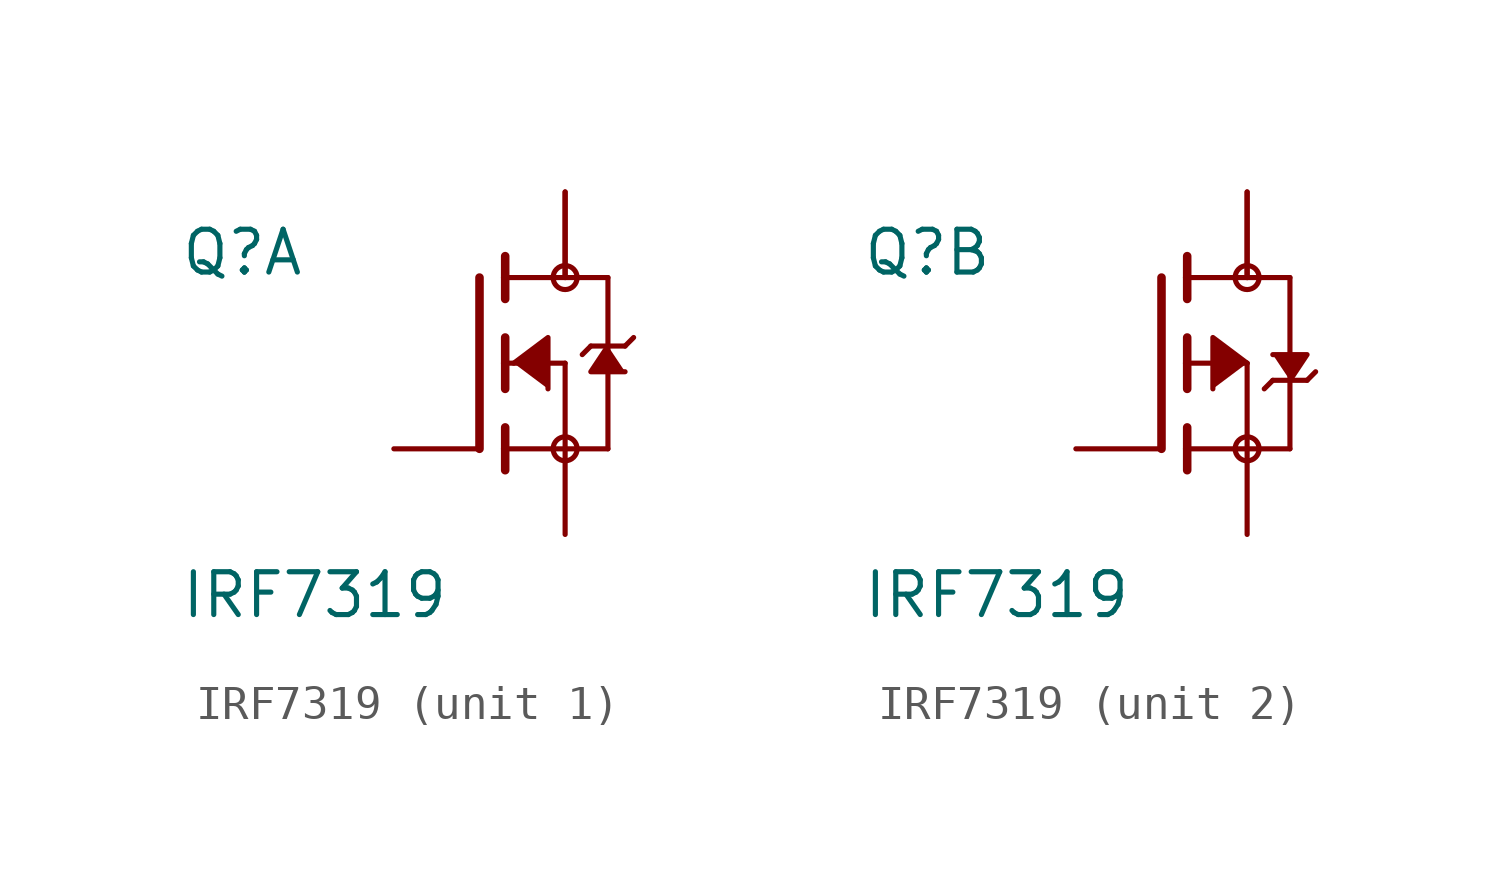
<source format=kicad_sym>
(kicad_symbol_lib
  (version 20211014)
  (generator kicad_symbol_editor)
  (symbol "IRF7319"
    (pin_numbers hide)
    (pin_names
      (offset 1.016) hide)
    (property "Reference" "Q"
      (at -11.43 2.54 0)
      (effects (font (size 1.27 1.27)) (justify left bottom)))
    (property "Value" "IRF7319"
      (at -11.43 -7.62 0)
      (effects (font (size 1.27 1.27)) (justify left bottom)))
    (property "ki_locked" ""
      (at 0 0 0)
      (effects (font (size 1.27 1.27))))
    (symbol "IRF7319_1_0"
      (circle (center 0 -2.54) (radius 0.356) (stroke (width 0) (type default) (color 0 0 0 0)) (fill (type none)))
      (polyline (pts (xy -2.54 2.54) (xy -2.54 -2.54)) (stroke (width 0.254) (type default) (color 0 0 0 0)) (fill (type none)))
      (polyline (pts (xy -1.778 -2.54) (xy -1.778 -3.175)) (stroke (width 0.254) (type default) (color 0 0 0 0)) (fill (type none)))
      (polyline (pts (xy -1.778 -1.905) (xy -1.778 -2.54)) (stroke (width 0.254) (type default) (color 0 0 0 0)) (fill (type none)))
      (polyline (pts (xy -1.778 0) (xy -1.778 -0.762)) (stroke (width 0.254) (type default) (color 0 0 0 0)) (fill (type none)))
      (polyline (pts (xy -1.778 0) (xy 0 0)) (stroke (width 0.152) (type default) (color 0 0 0 0)) (fill (type none)))
      (polyline (pts (xy -1.778 0.762) (xy -1.778 0)) (stroke (width 0.254) (type default) (color 0 0 0 0)) (fill (type none)))
      (polyline (pts (xy -1.778 2.54) (xy -1.778 1.905)) (stroke (width 0.254) (type default) (color 0 0 0 0)) (fill (type none)))
      (polyline (pts (xy -1.778 2.54) (xy 1.27 2.54)) (stroke (width 0.152) (type default) (color 0 0 0 0)) (fill (type none)))
      (polyline (pts (xy -1.778 3.175) (xy -1.778 2.54)) (stroke (width 0.254) (type default) (color 0 0 0 0)) (fill (type none)))
      (polyline (pts (xy 0 -2.54) (xy -1.778 -2.54)) (stroke (width 0.152) (type default) (color 0 0 0 0)) (fill (type none)))
      (polyline (pts (xy 0 -2.54) (xy 1.27 -2.54)) (stroke (width 0.152) (type default) (color 0 0 0 0)) (fill (type none)))
      (polyline (pts (xy 0 0) (xy 0 -2.54)) (stroke (width 0.152) (type default) (color 0 0 0 0)) (fill (type none)))
      (polyline (pts (xy 0.762 0.508) (xy 0.508 0.254)) (stroke (width 0.152) (type default) (color 0 0 0 0)) (fill (type none)))
      (polyline (pts (xy 1.27 0.508) (xy 0.762 0.508)) (stroke (width 0.152) (type default) (color 0 0 0 0)) (fill (type none)))
      (polyline (pts (xy 1.27 0.508) (xy 1.27 -2.54)) (stroke (width 0.152) (type default) (color 0 0 0 0)) (fill (type none)))
      (polyline (pts (xy 1.27 2.54) (xy 1.27 0.508)) (stroke (width 0.152) (type default) (color 0 0 0 0)) (fill (type none)))
      (polyline (pts (xy 1.778 0.508) (xy 1.27 0.508)) (stroke (width 0.152) (type default) (color 0 0 0 0)) (fill (type none)))
      (polyline (pts (xy 2.032 0.762) (xy 1.778 0.508)) (stroke (width 0.152) (type default) (color 0 0 0 0)) (fill (type none)))
      (polyline (pts (xy -1.524 0) (xy -0.508 0.762) (xy -0.508 -0.762)) (stroke (width 0.152) (type default) (color 0 0 0 0)) (fill (type outline)))
      (polyline (pts (xy 1.27 0.508) (xy 0.762 -0.254) (xy 1.778 -0.254)) (stroke (width 0.152) (type default) (color 0 0 0 0)) (fill (type outline)))
      (circle (center 0 2.54) (radius 0.356) (stroke (width 0) (type default) (color 0 0 0 0)) (fill (type none)))
      (pin passive line (at 0 -5.08 90) (length 2.54) (name "S1" (effects (font (size 1.016 1.016)))) (number "1" (effects (font (size 1.016 1.016)))))
      (pin passive line (at -5.08 -2.54 0) (length 2.54) (name "G1" (effects (font (size 1.016 1.016)))) (number "2" (effects (font (size 1.016 1.016)))))
      (pin passive line (at 0 5.08 270) (length 2.54) (name "D1" (effects (font (size 1.016 1.016)))) (number "7" (effects (font (size 1.016 1.016)))))
      (pin passive line (at 0 5.08 270) (length 2.54) (name "D1" (effects (font (size 1.016 1.016)))) (number "8" (effects (font (size 1.016 1.016))))))
    (symbol "IRF7319_2_0"
      (circle (center 0 -2.54) (radius 0.356) (stroke (width 0) (type default) (color 0 0 0 0)) (fill (type none)))
      (polyline (pts (xy -2.54 -2.54) (xy -2.54 2.54)) (stroke (width 0.254) (type default) (color 0 0 0 0)) (fill (type none)))
      (polyline (pts (xy -1.778 -3.175) (xy -1.778 -2.54)) (stroke (width 0.254) (type default) (color 0 0 0 0)) (fill (type none)))
      (polyline (pts (xy -1.778 -2.54) (xy -1.778 -1.905)) (stroke (width 0.254) (type default) (color 0 0 0 0)) (fill (type none)))
      (polyline (pts (xy -1.778 -2.54) (xy 0 -2.54)) (stroke (width 0.152) (type default) (color 0 0 0 0)) (fill (type none)))
      (polyline (pts (xy -1.778 -0.762) (xy -1.778 0)) (stroke (width 0.254) (type default) (color 0 0 0 0)) (fill (type none)))
      (polyline (pts (xy -1.778 0) (xy -1.778 0.762)) (stroke (width 0.254) (type default) (color 0 0 0 0)) (fill (type none)))
      (polyline (pts (xy -1.778 0) (xy 0 0)) (stroke (width 0.152) (type default) (color 0 0 0 0)) (fill (type none)))
      (polyline (pts (xy -1.778 1.905) (xy -1.778 2.54)) (stroke (width 0.254) (type default) (color 0 0 0 0)) (fill (type none)))
      (polyline (pts (xy -1.778 2.54) (xy -1.778 3.175)) (stroke (width 0.254) (type default) (color 0 0 0 0)) (fill (type none)))
      (polyline (pts (xy 0 -2.54) (xy 1.27 -2.54)) (stroke (width 0.152) (type default) (color 0 0 0 0)) (fill (type none)))
      (polyline (pts (xy 0 0) (xy 0 -2.54)) (stroke (width 0.152) (type default) (color 0 0 0 0)) (fill (type none)))
      (polyline (pts (xy 0 2.54) (xy -1.778 2.54)) (stroke (width 0.152) (type default) (color 0 0 0 0)) (fill (type none)))
      (polyline (pts (xy 0 2.54) (xy 1.27 2.54)) (stroke (width 0.152) (type default) (color 0 0 0 0)) (fill (type none)))
      (polyline (pts (xy 0.508 -0.762) (xy 0.762 -0.508)) (stroke (width 0.152) (type default) (color 0 0 0 0)) (fill (type none)))
      (polyline (pts (xy 0.762 -0.508) (xy 1.27 -0.508)) (stroke (width 0.152) (type default) (color 0 0 0 0)) (fill (type none)))
      (polyline (pts (xy 1.27 -0.508) (xy 1.27 -2.54)) (stroke (width 0.152) (type default) (color 0 0 0 0)) (fill (type none)))
      (polyline (pts (xy 1.27 -0.508) (xy 1.778 -0.508)) (stroke (width 0.152) (type default) (color 0 0 0 0)) (fill (type none)))
      (polyline (pts (xy 1.27 2.54) (xy 1.27 -0.508)) (stroke (width 0.152) (type default) (color 0 0 0 0)) (fill (type none)))
      (polyline (pts (xy 1.778 -0.508) (xy 2.032 -0.254)) (stroke (width 0.152) (type default) (color 0 0 0 0)) (fill (type none)))
      (polyline (pts (xy 0 0) (xy -1.016 0.762) (xy -1.016 -0.762)) (stroke (width 0.152) (type default) (color 0 0 0 0)) (fill (type outline)))
      (polyline (pts (xy 1.27 -0.508) (xy 1.778 0.254) (xy 0.762 0.254)) (stroke (width 0.152) (type default) (color 0 0 0 0)) (fill (type outline)))
      (circle (center 0 2.54) (radius 0.356) (stroke (width 0) (type default) (color 0 0 0 0)) (fill (type none)))
      (pin passive line (at 0 -5.08 90) (length 2.54) (name "S2" (effects (font (size 1.016 1.016)))) (number "3" (effects (font (size 1.016 1.016)))))
      (pin passive line (at -5.08 -2.54 0) (length 2.54) (name "G2" (effects (font (size 1.016 1.016)))) (number "4" (effects (font (size 1.016 1.016)))))
      (pin passive line (at 0 5.08 270) (length 2.54) (name "D2" (effects (font (size 1.016 1.016)))) (number "5" (effects (font (size 1.016 1.016)))))
      (pin passive line (at 0 5.08 270) (length 2.54) (name "D2" (effects (font (size 1.016 1.016)))) (number "6" (effects (font (size 1.016 1.016))))))))
</source>
